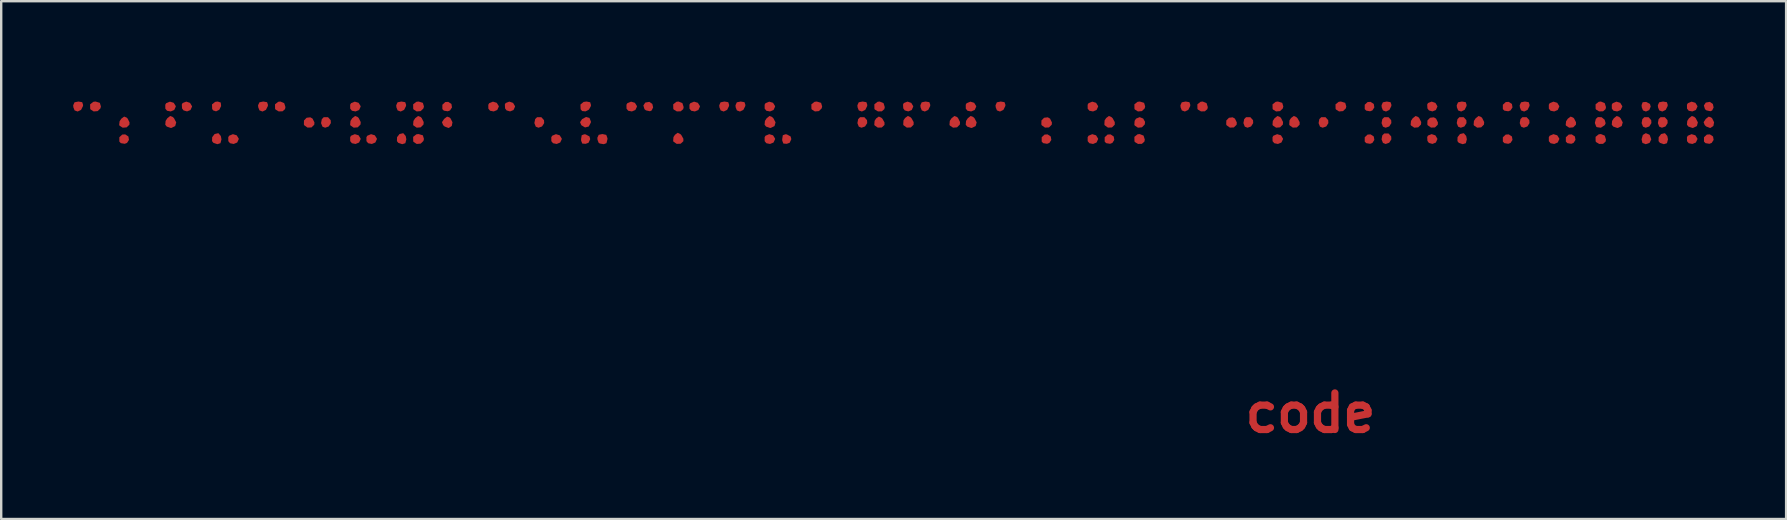
<source format=kicad_pcb>
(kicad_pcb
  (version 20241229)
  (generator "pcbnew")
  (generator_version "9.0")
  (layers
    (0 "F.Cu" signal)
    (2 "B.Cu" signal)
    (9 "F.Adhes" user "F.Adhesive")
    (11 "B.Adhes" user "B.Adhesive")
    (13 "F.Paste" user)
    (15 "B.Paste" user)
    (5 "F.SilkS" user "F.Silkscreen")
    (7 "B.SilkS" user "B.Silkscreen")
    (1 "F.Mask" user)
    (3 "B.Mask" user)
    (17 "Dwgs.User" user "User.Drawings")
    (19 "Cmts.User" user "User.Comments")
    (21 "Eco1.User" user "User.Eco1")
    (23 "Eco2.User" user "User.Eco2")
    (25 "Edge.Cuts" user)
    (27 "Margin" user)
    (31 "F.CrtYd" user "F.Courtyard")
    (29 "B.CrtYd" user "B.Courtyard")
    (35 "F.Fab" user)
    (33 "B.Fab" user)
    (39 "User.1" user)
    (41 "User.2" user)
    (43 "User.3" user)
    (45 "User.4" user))
  (footprint "code"
    (layer "F.Cu")
    (at 41.825 0.25)
    (property "Reference" "code" (at 9.74 13.91 180) (layer "F.Cu") (effects (font (size 1.524 1.524) (thickness 0.3))))
    (attr board_only exclude_from_pos_files exclude_from_bom)
    (fp_poly (pts (xy -39.524 2.388) (xy -39.5 2.53) (xy -39.581 2.656) (xy -39.677 2.693) (xy -39.839 2.666) (xy -39.902 2.6) (xy -39.902 2.42) (xy -39.781 2.308) (xy -39.656 2.3)) (stroke (width 0) (type solid)) (fill yes) (layer "F.Cu"))
    (fp_poly (pts (xy -35.675 0.974) (xy -35.66 1.121) (xy -35.737 1.275) (xy -35.87 1.341) (xy -35.996 1.299) (xy -36.033 1.238) (xy -36.04 1.051) (xy -35.907 0.945) (xy -35.803 0.931)) (stroke (width 0) (type solid)) (fill yes) (layer "F.Cu"))
    (fp_poly (pts (xy -31.204 1.585) (xy -31.094 1.707) (xy -31.086 1.83) (xy -31.176 1.97) (xy -31.325 2.023) (xy -31.437 1.978) (xy -31.495 1.83) (xy -31.463 1.664) (xy -31.382 1.583)) (stroke (width 0) (type solid)) (fill yes) (layer "F.Cu"))
    (fp_poly (pts (xy -26.062 1.033) (xy -26.038 1.175) (xy -26.119 1.301) (xy -26.215 1.338) (xy -26.377 1.311) (xy -26.44 1.246) (xy -26.44 1.065) (xy -26.319 0.953) (xy -26.194 0.945)) (stroke (width 0) (type solid)) (fill yes) (layer "F.Cu"))
    (fp_poly (pts (xy -22.314 1.585) (xy -22.204 1.707) (xy -22.196 1.83) (xy -22.286 1.97) (xy -22.435 2.023) (xy -22.547 1.978) (xy -22.605 1.83) (xy -22.573 1.664) (xy -22.492 1.583)) (stroke (width 0) (type solid)) (fill yes) (layer "F.Cu"))
    (fp_poly (pts (xy -20.309 1.615) (xy -20.249 1.764) (xy -20.252 1.809) (xy -20.339 1.972) (xy -20.494 2.012) (xy -20.648 1.918) (xy -20.701 1.792) (xy -20.617 1.664) (xy -20.45 1.575)) (stroke (width 0) (type solid)) (fill yes) (layer "F.Cu"))
    (fp_poly (pts (xy -8.852 1.585) (xy -8.742 1.707) (xy -8.734 1.83) (xy -8.824 1.97) (xy -8.973 2.023) (xy -9.085 1.978) (xy -9.143 1.83) (xy -9.111 1.664) (xy -9.03 1.583)) (stroke (width 0) (type solid)) (fill yes) (layer "F.Cu"))
    (fp_poly (pts (xy -1.085 2.388) (xy -1.061 2.53) (xy -1.142 2.656) (xy -1.238 2.693) (xy -1.4 2.666) (xy -1.463 2.6) (xy -1.463 2.42) (xy -1.343 2.308) (xy -1.218 2.3)) (stroke (width 0) (type solid)) (fill yes) (layer "F.Cu"))
    (fp_poly (pts (xy 1.539 2.388) (xy 1.563 2.53) (xy 1.483 2.656) (xy 1.387 2.693) (xy 1.224 2.666) (xy 1.162 2.6) (xy 1.162 2.42) (xy 1.282 2.308) (xy 1.407 2.3)) (stroke (width 0) (type solid)) (fill yes) (layer "F.Cu"))
    (fp_poly (pts (xy 7.234 1.585) (xy 7.345 1.707) (xy 7.352 1.83) (xy 7.263 1.97) (xy 7.114 2.023) (xy 7.002 1.978) (xy 6.944 1.83) (xy 6.976 1.664) (xy 7.056 1.583)) (stroke (width 0) (type solid)) (fill yes) (layer "F.Cu"))
    (fp_poly (pts (xy 10.367 1.585) (xy 10.477 1.707) (xy 10.485 1.83) (xy 10.396 1.97) (xy 10.247 2.023) (xy 10.135 1.978) (xy 10.077 1.83) (xy 10.108 1.664) (xy 10.189 1.583)) (stroke (width 0) (type solid)) (fill yes) (layer "F.Cu"))
    (fp_poly (pts (xy 12.377 1.033) (xy 12.401 1.175) (xy 12.32 1.301) (xy 12.224 1.338) (xy 12.062 1.311) (xy 11.999 1.246) (xy 11.999 1.065) (xy 12.119 0.953) (xy 12.244 0.945)) (stroke (width 0) (type solid)) (fill yes) (layer "F.Cu"))
    (fp_poly (pts (xy 12.377 2.388) (xy 12.401 2.53) (xy 12.32 2.656) (xy 12.224 2.693) (xy 12.062 2.666) (xy 11.999 2.6) (xy 11.999 2.42) (xy 12.119 2.308) (xy 12.244 2.3)) (stroke (width 0) (type solid)) (fill yes) (layer "F.Cu"))
    (fp_poly (pts (xy 12.992 1.585) (xy 13.102 1.707) (xy 13.11 1.83) (xy 13.02 1.97) (xy 12.871 2.023) (xy 12.759 1.978) (xy 12.701 1.83) (xy 12.733 1.664) (xy 12.814 1.583)) (stroke (width 0) (type solid)) (fill yes) (layer "F.Cu"))
    (fp_poly (pts (xy 12.992 2.263) (xy 13.102 2.385) (xy 13.11 2.507) (xy 13.02 2.648) (xy 12.871 2.701) (xy 12.759 2.656) (xy 12.701 2.507) (xy 12.733 2.341) (xy 12.814 2.261)) (stroke (width 0) (type solid)) (fill yes) (layer "F.Cu"))
    (fp_poly (pts (xy 16.124 1.585) (xy 16.235 1.707) (xy 16.242 1.83) (xy 16.153 1.97) (xy 16.004 2.023) (xy 15.892 1.978) (xy 15.834 1.83) (xy 15.866 1.664) (xy 15.946 1.583)) (stroke (width 0) (type solid)) (fill yes) (layer "F.Cu"))
    (fp_poly (pts (xy 18.134 1.033) (xy 18.158 1.175) (xy 18.077 1.301) (xy 17.981 1.338) (xy 17.819 1.311) (xy 17.756 1.246) (xy 17.756 1.065) (xy 17.877 0.953) (xy 18.002 0.945)) (stroke (width 0) (type solid)) (fill yes) (layer "F.Cu"))
    (fp_poly (pts (xy 18.134 2.388) (xy 18.158 2.53) (xy 18.077 2.656) (xy 17.981 2.693) (xy 17.819 2.666) (xy 17.756 2.6) (xy 17.756 2.42) (xy 17.877 2.308) (xy 18.002 2.3)) (stroke (width 0) (type solid)) (fill yes) (layer "F.Cu"))
    (fp_poly (pts (xy 18.749 1.585) (xy 18.859 1.707) (xy 18.867 1.83) (xy 18.778 1.97) (xy 18.629 2.023) (xy 18.517 1.978) (xy 18.459 1.83) (xy 18.49 1.664) (xy 18.571 1.583)) (stroke (width 0) (type solid)) (fill yes) (layer "F.Cu"))
    (fp_poly (pts (xy 20.759 2.388) (xy 20.783 2.53) (xy 20.702 2.656) (xy 20.606 2.693) (xy 20.444 2.666) (xy 20.381 2.6) (xy 20.381 2.42) (xy 20.501 2.308) (xy 20.626 2.3)) (stroke (width 0) (type solid)) (fill yes) (layer "F.Cu"))
    (fp_poly (pts (xy 23.829 1.585) (xy 23.939 1.707) (xy 23.947 1.83) (xy 23.858 1.97) (xy 23.709 2.023) (xy 23.597 1.978) (xy 23.539 1.83) (xy 23.57 1.664) (xy 23.651 1.583)) (stroke (width 0) (type solid)) (fill yes) (layer "F.Cu"))
    (fp_poly (pts (xy 23.86 2.311) (xy 23.879 2.332) (xy 23.942 2.507) (xy 23.871 2.654) (xy 23.709 2.709) (xy 23.573 2.659) (xy 23.537 2.507) (xy 23.59 2.323) (xy 23.714 2.249)) (stroke (width 0) (type solid)) (fill yes) (layer "F.Cu"))
    (fp_poly (pts (xy 23.887 1.031) (xy 23.918 1.142) (xy 23.856 1.287) (xy 23.72 1.348) (xy 23.597 1.301) (xy 23.546 1.174) (xy 23.537 1.081) (xy 23.583 0.96) (xy 23.728 0.947)) (stroke (width 0) (type solid)) (fill yes) (layer "F.Cu"))
    (fp_poly (pts (xy 24.506 1.585) (xy 24.617 1.707) (xy 24.624 1.83) (xy 24.535 1.97) (xy 24.386 2.023) (xy 24.274 1.978) (xy 24.216 1.83) (xy 24.248 1.664) (xy 24.328 1.583)) (stroke (width 0) (type solid)) (fill yes) (layer "F.Cu"))
    (fp_poly (pts (xy 26.516 2.388) (xy 26.54 2.53) (xy 26.459 2.656) (xy 26.363 2.693) (xy 26.201 2.666) (xy 26.138 2.6) (xy 26.138 2.42) (xy 26.259 2.308) (xy 26.384 2.3)) (stroke (width 0) (type solid)) (fill yes) (layer "F.Cu"))
    (fp_poly (pts (xy -41.449 0.959) (xy -41.412 1.071) (xy -41.417 1.121) (xy -41.497 1.28) (xy -41.639 1.348) (xy -41.766 1.301) (xy -41.817 1.174) (xy -41.825 1.087) (xy -41.769 0.964) (xy -41.608 0.931)) (stroke (width 0) (type solid)) (fill yes) (layer "F.Cu"))
    (fp_poly (pts (xy -40.714 0.986) (xy -40.669 1.138) (xy -40.691 1.22) (xy -40.805 1.33) (xy -40.97 1.345) (xy -41.101 1.262) (xy -41.116 1.232) (xy -41.119 1.048) (xy -40.985 0.943) (xy -40.894 0.931)) (stroke (width 0) (type solid)) (fill yes) (layer "F.Cu"))
    (fp_poly (pts (xy -37.636 0.984) (xy -37.551 1.119) (xy -37.55 1.144) (xy -37.615 1.284) (xy -37.761 1.345) (xy -37.914 1.315) (xy -37.985 1.228) (xy -37.987 1.064) (xy -37.951 1.002) (xy -37.794 0.936)) (stroke (width 0) (type solid)) (fill yes) (layer "F.Cu"))
    (fp_poly (pts (xy -36.955 0.988) (xy -36.873 1.124) (xy -36.872 1.144) (xy -36.937 1.286) (xy -37.079 1.343) (xy -37.226 1.301) (xy -37.288 1.218) (xy -37.298 1.057) (xy -37.265 0.994) (xy -37.112 0.934)) (stroke (width 0) (type solid)) (fill yes) (layer "F.Cu"))
    (fp_poly (pts (xy -35.765 2.258) (xy -35.672 2.369) (xy -35.645 2.507) (xy -35.688 2.668) (xy -35.817 2.709) (xy -35.98 2.654) (xy -36.038 2.581) (xy -36.033 2.417) (xy -35.931 2.286) (xy -35.785 2.252)) (stroke (width 0) (type solid)) (fill yes) (layer "F.Cu"))
    (fp_poly (pts (xy -35.011 2.339) (xy -34.927 2.473) (xy -34.925 2.499) (xy -34.99 2.639) (xy -35.137 2.7) (xy -35.289 2.669) (xy -35.36 2.583) (xy -35.362 2.419) (xy -35.326 2.357) (xy -35.169 2.291)) (stroke (width 0) (type solid)) (fill yes) (layer "F.Cu"))
    (fp_poly (pts (xy -33.745 0.959) (xy -33.707 1.071) (xy -33.713 1.121) (xy -33.793 1.28) (xy -33.934 1.348) (xy -34.061 1.301) (xy -34.112 1.174) (xy -34.121 1.087) (xy -34.064 0.964) (xy -33.903 0.931)) (stroke (width 0) (type solid)) (fill yes) (layer "F.Cu"))
    (fp_poly (pts (xy -33.031 0.998) (xy -32.979 1.163) (xy -32.997 1.249) (xy -33.101 1.339) (xy -33.262 1.343) (xy -33.393 1.265) (xy -33.411 1.232) (xy -33.414 1.048) (xy -33.281 0.942) (xy -33.193 0.931)) (stroke (width 0) (type solid)) (fill yes) (layer "F.Cu"))
    (fp_poly (pts (xy -31.848 1.644) (xy -31.77 1.803) (xy -31.778 1.898) (xy -31.894 2.011) (xy -32.059 2.018) (xy -32.194 1.922) (xy -32.211 1.886) (xy -32.207 1.72) (xy -32.097 1.607) (xy -31.942 1.589)) (stroke (width 0) (type solid)) (fill yes) (layer "F.Cu"))
    (fp_poly (pts (xy -29.931 0.984) (xy -29.847 1.119) (xy -29.845 1.144) (xy -29.91 1.284) (xy -30.057 1.345) (xy -30.209 1.315) (xy -30.28 1.228) (xy -30.282 1.064) (xy -30.246 1.002) (xy -30.089 0.936)) (stroke (width 0) (type solid)) (fill yes) (layer "F.Cu"))
    (fp_poly (pts (xy -29.931 2.339) (xy -29.847 2.473) (xy -29.845 2.499) (xy -29.91 2.639) (xy -30.057 2.7) (xy -30.209 2.669) (xy -30.28 2.583) (xy -30.282 2.419) (xy -30.246 2.357) (xy -30.089 2.291)) (stroke (width 0) (type solid)) (fill yes) (layer "F.Cu"))
    (fp_poly (pts (xy -29.254 2.339) (xy -29.169 2.473) (xy -29.168 2.499) (xy -29.233 2.639) (xy -29.379 2.7) (xy -29.532 2.669) (xy -29.603 2.583) (xy -29.605 2.419) (xy -29.569 2.357) (xy -29.412 2.291)) (stroke (width 0) (type solid)) (fill yes) (layer "F.Cu"))
    (fp_poly (pts (xy -28.061 2.258) (xy -27.967 2.369) (xy -27.94 2.507) (xy -27.983 2.668) (xy -28.112 2.709) (xy -28.275 2.654) (xy -28.333 2.581) (xy -28.328 2.417) (xy -28.226 2.286) (xy -28.08 2.252)) (stroke (width 0) (type solid)) (fill yes) (layer "F.Cu"))
    (fp_poly (pts (xy -27.987 0.959) (xy -27.95 1.071) (xy -27.955 1.121) (xy -28.035 1.28) (xy -28.177 1.348) (xy -28.304 1.301) (xy -28.355 1.174) (xy -28.363 1.087) (xy -28.307 0.964) (xy -28.146 0.931)) (stroke (width 0) (type solid)) (fill yes) (layer "F.Cu"))
    (fp_poly (pts (xy -27.252 0.986) (xy -27.207 1.138) (xy -27.229 1.22) (xy -27.343 1.33) (xy -27.508 1.345) (xy -27.639 1.262) (xy -27.654 1.232) (xy -27.657 1.048) (xy -27.523 0.943) (xy -27.432 0.931)) (stroke (width 0) (type solid)) (fill yes) (layer "F.Cu"))
    (fp_poly (pts (xy -27.252 2.34) (xy -27.207 2.492) (xy -27.229 2.575) (xy -27.343 2.685) (xy -27.508 2.7) (xy -27.639 2.616) (xy -27.654 2.586) (xy -27.657 2.403) (xy -27.523 2.298) (xy -27.432 2.286)) (stroke (width 0) (type solid)) (fill yes) (layer "F.Cu"))
    (fp_poly (pts (xy -24.174 0.984) (xy -24.089 1.119) (xy -24.088 1.144) (xy -24.153 1.284) (xy -24.299 1.345) (xy -24.452 1.315) (xy -24.523 1.228) (xy -24.525 1.064) (xy -24.489 1.002) (xy -24.332 0.936)) (stroke (width 0) (type solid)) (fill yes) (layer "F.Cu"))
    (fp_poly (pts (xy -23.493 0.988) (xy -23.411 1.124) (xy -23.41 1.144) (xy -23.475 1.286) (xy -23.617 1.343) (xy -23.764 1.301) (xy -23.826 1.218) (xy -23.836 1.057) (xy -23.803 0.994) (xy -23.65 0.934)) (stroke (width 0) (type solid)) (fill yes) (layer "F.Cu"))
    (fp_poly (pts (xy -21.549 2.339) (xy -21.465 2.473) (xy -21.463 2.499) (xy -21.528 2.639) (xy -21.675 2.7) (xy -21.827 2.669) (xy -21.898 2.583) (xy -21.9 2.419) (xy -21.864 2.357) (xy -21.707 2.291)) (stroke (width 0) (type solid)) (fill yes) (layer "F.Cu"))
    (fp_poly (pts (xy -20.468 2.301) (xy -20.309 2.385) (xy -20.278 2.498) (xy -20.347 2.649) (xy -20.468 2.694) (xy -20.609 2.683) (xy -20.656 2.565) (xy -20.659 2.498) (xy -20.633 2.336) (xy -20.526 2.296)) (stroke (width 0) (type solid)) (fill yes) (layer "F.Cu"))
    (fp_poly (pts (xy -20.279 0.961) (xy -20.246 1.079) (xy -20.251 1.122) (xy -20.33 1.266) (xy -20.473 1.342) (xy -20.615 1.328) (xy -20.678 1.253) (xy -20.686 1.058) (xy -20.554 0.948) (xy -20.434 0.931)) (stroke (width 0) (type solid)) (fill yes) (layer "F.Cu"))
    (fp_poly (pts (xy -18.416 0.984) (xy -18.332 1.119) (xy -18.33 1.144) (xy -18.396 1.284) (xy -18.542 1.345) (xy -18.694 1.315) (xy -18.765 1.228) (xy -18.768 1.064) (xy -18.732 1.002) (xy -18.575 0.936)) (stroke (width 0) (type solid)) (fill yes) (layer "F.Cu"))
    (fp_poly (pts (xy -17.812 0.945) (xy -17.689 1.032) (xy -17.656 1.177) (xy -17.717 1.303) (xy -17.788 1.336) (xy -17.954 1.3) (xy -18.016 1.25) (xy -18.063 1.096) (xy -17.983 0.975) (xy -17.816 0.945)) (stroke (width 0) (type solid)) (fill yes) (layer "F.Cu"))
    (fp_poly (pts (xy -16.436 0.998) (xy -16.384 1.163) (xy -16.403 1.249) (xy -16.507 1.339) (xy -16.668 1.343) (xy -16.798 1.265) (xy -16.816 1.232) (xy -16.819 1.048) (xy -16.686 0.942) (xy -16.599 0.931)) (stroke (width 0) (type solid)) (fill yes) (layer "F.Cu"))
    (fp_poly (pts (xy -15.792 0.984) (xy -15.707 1.119) (xy -15.706 1.144) (xy -15.771 1.284) (xy -15.917 1.345) (xy -16.07 1.315) (xy -16.141 1.228) (xy -16.143 1.064) (xy -16.107 1.002) (xy -15.95 0.936)) (stroke (width 0) (type solid)) (fill yes) (layer "F.Cu"))
    (fp_poly (pts (xy -14.525 0.959) (xy -14.488 1.071) (xy -14.493 1.121) (xy -14.573 1.28) (xy -14.715 1.348) (xy -14.842 1.301) (xy -14.893 1.174) (xy -14.901 1.087) (xy -14.845 0.964) (xy -14.684 0.931)) (stroke (width 0) (type solid)) (fill yes) (layer "F.Cu"))
    (fp_poly (pts (xy -13.848 0.959) (xy -13.811 1.071) (xy -13.816 1.121) (xy -13.896 1.28) (xy -14.037 1.348) (xy -14.165 1.301) (xy -14.216 1.174) (xy -14.224 1.087) (xy -14.168 0.964) (xy -14.006 0.931)) (stroke (width 0) (type solid)) (fill yes) (layer "F.Cu"))
    (fp_poly (pts (xy -12.659 0.984) (xy -12.575 1.119) (xy -12.573 1.144) (xy -12.638 1.284) (xy -12.785 1.345) (xy -12.937 1.315) (xy -13.008 1.228) (xy -13.01 1.064) (xy -12.974 1.002) (xy -12.817 0.936)) (stroke (width 0) (type solid)) (fill yes) (layer "F.Cu"))
    (fp_poly (pts (xy -12.659 2.339) (xy -12.575 2.473) (xy -12.573 2.499) (xy -12.638 2.639) (xy -12.785 2.7) (xy -12.937 2.669) (xy -13.008 2.583) (xy -13.01 2.419) (xy -12.974 2.357) (xy -12.817 2.291)) (stroke (width 0) (type solid)) (fill yes) (layer "F.Cu"))
    (fp_poly (pts (xy -12.086 2.301) (xy -11.927 2.385) (xy -11.896 2.498) (xy -11.965 2.649) (xy -12.086 2.694) (xy -12.227 2.683) (xy -12.274 2.565) (xy -12.277 2.498) (xy -12.251 2.336) (xy -12.144 2.296)) (stroke (width 0) (type solid)) (fill yes) (layer "F.Cu"))
    (fp_poly (pts (xy -10.657 0.986) (xy -10.612 1.138) (xy -10.634 1.22) (xy -10.748 1.33) (xy -10.913 1.345) (xy -11.044 1.262) (xy -11.059 1.232) (xy -11.062 1.048) (xy -10.929 0.943) (xy -10.837 0.931)) (stroke (width 0) (type solid)) (fill yes) (layer "F.Cu"))
    (fp_poly (pts (xy -8.768 0.959) (xy -8.731 1.071) (xy -8.736 1.121) (xy -8.816 1.28) (xy -8.957 1.348) (xy -9.085 1.301) (xy -9.136 1.174) (xy -9.144 1.087) (xy -9.088 0.964) (xy -8.926 0.931)) (stroke (width 0) (type solid)) (fill yes) (layer "F.Cu"))
    (fp_poly (pts (xy -8.054 0.998) (xy -8.002 1.163) (xy -8.021 1.249) (xy -8.125 1.339) (xy -8.286 1.343) (xy -8.416 1.265) (xy -8.434 1.232) (xy -8.437 1.048) (xy -8.304 0.942) (xy -8.217 0.931)) (stroke (width 0) (type solid)) (fill yes) (layer "F.Cu"))
    (fp_poly (pts (xy -6.898 0.988) (xy -6.817 1.124) (xy -6.816 1.144) (xy -6.88 1.286) (xy -7.023 1.343) (xy -7.17 1.301) (xy -7.231 1.218) (xy -7.241 1.057) (xy -7.208 0.994) (xy -7.055 0.934)) (stroke (width 0) (type solid)) (fill yes) (layer "F.Cu"))
    (fp_poly (pts (xy -6.143 0.959) (xy -6.106 1.071) (xy -6.111 1.121) (xy -6.191 1.28) (xy -6.333 1.348) (xy -6.46 1.301) (xy -6.511 1.174) (xy -6.519 1.087) (xy -6.463 0.964) (xy -6.302 0.931)) (stroke (width 0) (type solid)) (fill yes) (layer "F.Cu"))
    (fp_poly (pts (xy -4.277 0.984) (xy -4.193 1.119) (xy -4.191 1.144) (xy -4.256 1.284) (xy -4.403 1.345) (xy -4.555 1.315) (xy -4.626 1.228) (xy -4.628 1.064) (xy -4.592 1.002) (xy -4.435 0.936)) (stroke (width 0) (type solid)) (fill yes) (layer "F.Cu"))
    (fp_poly (pts (xy -3.011 0.959) (xy -2.973 1.071) (xy -2.979 1.121) (xy -3.059 1.28) (xy -3.2 1.348) (xy -3.327 1.301) (xy -3.378 1.174) (xy -3.387 1.087) (xy -3.33 0.964) (xy -3.169 0.931)) (stroke (width 0) (type solid)) (fill yes) (layer "F.Cu"))
    (fp_poly (pts (xy -1.114 1.644) (xy -1.036 1.803) (xy -1.044 1.898) (xy -1.16 2.011) (xy -1.325 2.018) (xy -1.46 1.922) (xy -1.477 1.886) (xy -1.473 1.72) (xy -1.363 1.607) (xy -1.208 1.589)) (stroke (width 0) (type solid)) (fill yes) (layer "F.Cu"))
    (fp_poly (pts (xy 0.803 0.984) (xy 0.887 1.119) (xy 0.889 1.144) (xy 0.824 1.284) (xy 0.677 1.345) (xy 0.525 1.315) (xy 0.454 1.228) (xy 0.452 1.064) (xy 0.488 1.002) (xy 0.645 0.936)) (stroke (width 0) (type solid)) (fill yes) (layer "F.Cu"))
    (fp_poly (pts (xy 0.803 2.339) (xy 0.887 2.473) (xy 0.889 2.499) (xy 0.824 2.639) (xy 0.677 2.7) (xy 0.525 2.669) (xy 0.454 2.583) (xy 0.452 2.419) (xy 0.488 2.357) (xy 0.645 2.291)) (stroke (width 0) (type solid)) (fill yes) (layer "F.Cu"))
    (fp_poly (pts (xy 2.766 1.64) (xy 2.845 1.777) (xy 2.832 1.886) (xy 2.715 2.005) (xy 2.55 2.022) (xy 2.416 1.933) (xy 2.399 1.898) (xy 2.41 1.735) (xy 2.469 1.644) (xy 2.621 1.582)) (stroke (width 0) (type solid)) (fill yes) (layer "F.Cu"))
    (fp_poly (pts (xy 2.783 2.352) (xy 2.835 2.518) (xy 2.817 2.603) (xy 2.713 2.694) (xy 2.552 2.698) (xy 2.421 2.62) (xy 2.403 2.586) (xy 2.4 2.403) (xy 2.533 2.297) (xy 2.621 2.286)) (stroke (width 0) (type solid)) (fill yes) (layer "F.Cu"))
    (fp_poly (pts (xy 2.805 0.986) (xy 2.85 1.138) (xy 2.828 1.22) (xy 2.714 1.33) (xy 2.549 1.345) (xy 2.418 1.262) (xy 2.403 1.232) (xy 2.4 1.048) (xy 2.533 0.943) (xy 2.625 0.931)) (stroke (width 0) (type solid)) (fill yes) (layer "F.Cu"))
    (fp_poly (pts (xy 4.694 0.959) (xy 4.731 1.071) (xy 4.726 1.121) (xy 4.646 1.28) (xy 4.505 1.348) (xy 4.377 1.301) (xy 4.326 1.174) (xy 4.318 1.087) (xy 4.374 0.964) (xy 4.536 0.931)) (stroke (width 0) (type solid)) (fill yes) (layer "F.Cu"))
    (fp_poly (pts (xy 5.408 0.998) (xy 5.46 1.163) (xy 5.441 1.249) (xy 5.337 1.339) (xy 5.176 1.343) (xy 5.046 1.265) (xy 5.028 1.232) (xy 5.025 1.048) (xy 5.158 0.942) (xy 5.245 0.931)) (stroke (width 0) (type solid)) (fill yes) (layer "F.Cu"))
    (fp_poly (pts (xy 6.591 1.644) (xy 6.668 1.803) (xy 6.661 1.898) (xy 6.545 2.011) (xy 6.38 2.018) (xy 6.245 1.922) (xy 6.227 1.886) (xy 6.232 1.72) (xy 6.342 1.607) (xy 6.497 1.589)) (stroke (width 0) (type solid)) (fill yes) (layer "F.Cu"))
    (fp_poly (pts (xy 8.508 2.339) (xy 8.592 2.473) (xy 8.594 2.499) (xy 8.528 2.639) (xy 8.382 2.7) (xy 8.23 2.669) (xy 8.159 2.583) (xy 8.156 2.419) (xy 8.192 2.357) (xy 8.349 2.291)) (stroke (width 0) (type solid)) (fill yes) (layer "F.Cu"))
    (fp_poly (pts (xy 8.562 0.986) (xy 8.607 1.138) (xy 8.585 1.22) (xy 8.471 1.33) (xy 8.306 1.345) (xy 8.175 1.262) (xy 8.16 1.232) (xy 8.157 1.048) (xy 8.291 0.943) (xy 8.382 0.931)) (stroke (width 0) (type solid)) (fill yes) (layer "F.Cu"))
    (fp_poly (pts (xy 11.187 0.986) (xy 11.232 1.138) (xy 11.21 1.22) (xy 11.096 1.33) (xy 10.931 1.345) (xy 10.8 1.262) (xy 10.785 1.232) (xy 10.782 1.048) (xy 10.915 0.943) (xy 11.007 0.931)) (stroke (width 0) (type solid)) (fill yes) (layer "F.Cu"))
    (fp_poly (pts (xy 13.076 0.959) (xy 13.113 1.071) (xy 13.108 1.121) (xy 13.028 1.28) (xy 12.887 1.348) (xy 12.759 1.301) (xy 12.708 1.174) (xy 12.7 1.087) (xy 12.756 0.964) (xy 12.918 0.931)) (stroke (width 0) (type solid)) (fill yes) (layer "F.Cu"))
    (fp_poly (pts (xy 14.946 0.988) (xy 15.027 1.124) (xy 15.028 1.144) (xy 14.964 1.286) (xy 14.821 1.343) (xy 14.674 1.301) (xy 14.613 1.218) (xy 14.603 1.057) (xy 14.636 0.994) (xy 14.789 0.934)) (stroke (width 0) (type solid)) (fill yes) (layer "F.Cu"))
    (fp_poly (pts (xy 14.946 2.342) (xy 15.027 2.479) (xy 15.028 2.499) (xy 14.964 2.641) (xy 14.821 2.698) (xy 14.674 2.656) (xy 14.613 2.573) (xy 14.603 2.411) (xy 14.636 2.349) (xy 14.789 2.289)) (stroke (width 0) (type solid)) (fill yes) (layer "F.Cu"))
    (fp_poly (pts (xy 14.973 1.644) (xy 15.05 1.803) (xy 15.043 1.898) (xy 14.927 2.011) (xy 14.762 2.018) (xy 14.627 1.922) (xy 14.609 1.886) (xy 14.614 1.72) (xy 14.724 1.607) (xy 14.879 1.589)) (stroke (width 0) (type solid)) (fill yes) (layer "F.Cu"))
    (fp_poly (pts (xy 16.135 2.258) (xy 16.229 2.369) (xy 16.256 2.507) (xy 16.213 2.668) (xy 16.084 2.709) (xy 15.921 2.654) (xy 15.863 2.581) (xy 15.868 2.417) (xy 15.97 2.286) (xy 16.116 2.252)) (stroke (width 0) (type solid)) (fill yes) (layer "F.Cu"))
    (fp_poly (pts (xy 16.209 0.959) (xy 16.246 1.071) (xy 16.241 1.121) (xy 16.161 1.28) (xy 16.019 1.348) (xy 15.892 1.301) (xy 15.841 1.174) (xy 15.833 1.087) (xy 15.889 0.964) (xy 16.05 0.931)) (stroke (width 0) (type solid)) (fill yes) (layer "F.Cu"))
    (fp_poly (pts (xy 18.833 0.959) (xy 18.871 1.071) (xy 18.865 1.121) (xy 18.785 1.28) (xy 18.644 1.348) (xy 18.517 1.301) (xy 18.466 1.174) (xy 18.457 1.087) (xy 18.514 0.964) (xy 18.675 0.931)) (stroke (width 0) (type solid)) (fill yes) (layer "F.Cu"))
    (fp_poly (pts (xy 20.022 0.984) (xy 20.107 1.119) (xy 20.108 1.144) (xy 20.043 1.284) (xy 19.897 1.345) (xy 19.744 1.315) (xy 19.673 1.228) (xy 19.671 1.064) (xy 19.707 1.002) (xy 19.864 0.936)) (stroke (width 0) (type solid)) (fill yes) (layer "F.Cu"))
    (fp_poly (pts (xy 20.022 2.339) (xy 20.107 2.473) (xy 20.108 2.499) (xy 20.043 2.639) (xy 19.897 2.7) (xy 19.744 2.669) (xy 19.673 2.583) (xy 19.671 2.419) (xy 19.707 2.357) (xy 19.864 2.291)) (stroke (width 0) (type solid)) (fill yes) (layer "F.Cu"))
    (fp_poly (pts (xy 21.872 1.586) (xy 21.997 1.689) (xy 22.04 1.833) (xy 22.006 1.914) (xy 21.841 2.023) (xy 21.676 2) (xy 21.646 1.976) (xy 21.59 1.824) (xy 21.63 1.657) (xy 21.715 1.579)) (stroke (width 0) (type solid)) (fill yes) (layer "F.Cu"))
    (fp_poly (pts (xy 22.002 0.998) (xy 22.054 1.163) (xy 22.036 1.249) (xy 21.932 1.339) (xy 21.771 1.343) (xy 21.64 1.265) (xy 21.622 1.232) (xy 21.62 1.048) (xy 21.752 0.942) (xy 21.84 0.931)) (stroke (width 0) (type solid)) (fill yes) (layer "F.Cu"))
    (fp_poly (pts (xy 22.002 2.352) (xy 22.054 2.518) (xy 22.036 2.603) (xy 21.932 2.694) (xy 21.771 2.698) (xy 21.64 2.62) (xy 21.622 2.586) (xy 21.62 2.403) (xy 21.752 2.297) (xy 21.84 2.286)) (stroke (width 0) (type solid)) (fill yes) (layer "F.Cu"))
    (fp_poly (pts (xy 22.647 0.984) (xy 22.731 1.119) (xy 22.733 1.144) (xy 22.668 1.284) (xy 22.521 1.345) (xy 22.369 1.315) (xy 22.298 1.228) (xy 22.296 1.064) (xy 22.332 1.002) (xy 22.489 0.936)) (stroke (width 0) (type solid)) (fill yes) (layer "F.Cu"))
    (fp_poly (pts (xy 24.517 2.258) (xy 24.611 2.369) (xy 24.638 2.507) (xy 24.595 2.668) (xy 24.466 2.709) (xy 24.303 2.654) (xy 24.245 2.581) (xy 24.25 2.417) (xy 24.352 2.286) (xy 24.498 2.252)) (stroke (width 0) (type solid)) (fill yes) (layer "F.Cu"))
    (fp_poly (pts (xy 24.591 0.959) (xy 24.628 1.071) (xy 24.623 1.121) (xy 24.543 1.28) (xy 24.401 1.348) (xy 24.274 1.301) (xy 24.223 1.174) (xy 24.215 1.087) (xy 24.271 0.964) (xy 24.432 0.931)) (stroke (width 0) (type solid)) (fill yes) (layer "F.Cu"))
    (fp_poly (pts (xy 25.78 0.984) (xy 25.864 1.119) (xy 25.866 1.144) (xy 25.8 1.284) (xy 25.654 1.345) (xy 25.502 1.315) (xy 25.431 1.228) (xy 25.428 1.064) (xy 25.464 1.002) (xy 25.621 0.936)) (stroke (width 0) (type solid)) (fill yes) (layer "F.Cu"))
    (fp_poly (pts (xy 25.78 2.339) (xy 25.864 2.473) (xy 25.866 2.499) (xy 25.8 2.639) (xy 25.654 2.7) (xy 25.502 2.669) (xy 25.431 2.583) (xy 25.428 2.419) (xy 25.464 2.357) (xy 25.621 2.291)) (stroke (width 0) (type solid)) (fill yes) (layer "F.Cu"))
    (fp_poly (pts (xy 26.384 0.945) (xy 26.507 1.032) (xy 26.54 1.177) (xy 26.479 1.303) (xy 26.408 1.336) (xy 26.242 1.3) (xy 26.18 1.25) (xy 26.133 1.096) (xy 26.213 0.975) (xy 26.38 0.945)) (stroke (width 0) (type solid)) (fill yes) (layer "F.Cu"))
    (fp_poly (pts (xy -39.598 1.6) (xy -39.558 1.638) (xy -39.477 1.798) (xy -39.483 1.898) (xy -39.597 2.008) (xy -39.762 2.022) (xy -39.893 1.937) (xy -39.908 1.907) (xy -39.892 1.755) (xy -39.82 1.647) (xy -39.7 1.558)) (stroke (width 0) (type solid)) (fill yes) (layer "F.Cu"))
    (fp_poly (pts (xy -37.683 1.57) (xy -37.623 1.626) (xy -37.531 1.8) (xy -37.574 1.954) (xy -37.731 2.031) (xy -37.761 2.032) (xy -37.926 1.975) (xy -37.987 1.898) (xy -37.974 1.739) (xy -37.9 1.626) (xy -37.782 1.533)) (stroke (width 0) (type solid)) (fill yes) (layer "F.Cu"))
    (fp_poly (pts (xy -29.975 1.572) (xy -29.927 1.618) (xy -29.842 1.786) (xy -29.851 1.89) (xy -29.967 2.007) (xy -30.133 2.021) (xy -30.266 1.931) (xy -30.283 1.898) (xy -30.269 1.739) (xy -30.195 1.626) (xy -30.075 1.534)) (stroke (width 0) (type solid)) (fill yes) (layer "F.Cu"))
    (fp_poly (pts (xy -27.35 1.572) (xy -27.302 1.618) (xy -27.218 1.786) (xy -27.226 1.89) (xy -27.343 2.007) (xy -27.508 2.021) (xy -27.642 1.931) (xy -27.658 1.898) (xy -27.645 1.739) (xy -27.571 1.626) (xy -27.451 1.534)) (stroke (width 0) (type solid)) (fill yes) (layer "F.Cu"))
    (fp_poly (pts (xy -26.142 1.595) (xy -26.096 1.638) (xy -26.018 1.797) (xy -26.048 1.951) (xy -26.17 2.031) (xy -26.191 2.032) (xy -26.345 1.972) (xy -26.409 1.914) (xy -26.456 1.791) (xy -26.364 1.654) (xy -26.242 1.56)) (stroke (width 0) (type solid)) (fill yes) (layer "F.Cu"))
    (fp_poly (pts (xy -19.609 2.321) (xy -19.559 2.459) (xy -19.558 2.498) (xy -19.601 2.667) (xy -19.713 2.709) (xy -19.874 2.682) (xy -19.925 2.653) (xy -19.973 2.528) (xy -19.981 2.441) (xy -19.923 2.317) (xy -19.77 2.286)) (stroke (width 0) (type solid)) (fill yes) (layer "F.Cu"))
    (fp_poly (pts (xy -16.527 2.283) (xy -16.483 2.325) (xy -16.395 2.482) (xy -16.396 2.585) (xy -16.509 2.69) (xy -16.674 2.696) (xy -16.806 2.606) (xy -16.821 2.576) (xy -16.809 2.413) (xy -16.745 2.316) (xy -16.632 2.234)) (stroke (width 0) (type solid)) (fill yes) (layer "F.Cu"))
    (fp_poly (pts (xy -12.706 1.57) (xy -12.646 1.626) (xy -12.554 1.8) (xy -12.597 1.954) (xy -12.754 2.031) (xy -12.785 2.032) (xy -12.95 1.975) (xy -13.011 1.898) (xy -12.997 1.739) (xy -12.923 1.626) (xy -12.805 1.533)) (stroke (width 0) (type solid)) (fill yes) (layer "F.Cu"))
    (fp_poly (pts (xy -8.145 1.606) (xy -8.101 1.647) (xy -8.013 1.804) (xy -8.014 1.907) (xy -8.127 2.013) (xy -8.292 2.019) (xy -8.424 1.929) (xy -8.439 1.898) (xy -8.427 1.736) (xy -8.363 1.638) (xy -8.25 1.557)) (stroke (width 0) (type solid)) (fill yes) (layer "F.Cu"))
    (fp_poly (pts (xy -6.94 1.578) (xy -6.889 1.626) (xy -6.799 1.788) (xy -6.801 1.898) (xy -6.917 2.011) (xy -7.083 2.019) (xy -7.217 1.923) (xy -7.233 1.89) (xy -7.223 1.717) (xy -7.157 1.618) (xy -7.043 1.533)) (stroke (width 0) (type solid)) (fill yes) (layer "F.Cu"))
    (fp_poly (pts (xy -4.998 1.572) (xy -4.95 1.618) (xy -4.866 1.786) (xy -4.874 1.89) (xy -4.991 2.007) (xy -5.156 2.021) (xy -5.29 1.931) (xy -5.306 1.898) (xy -5.293 1.739) (xy -5.219 1.626) (xy -5.099 1.534)) (stroke (width 0) (type solid)) (fill yes) (layer "F.Cu"))
    (fp_poly (pts (xy -4.324 1.57) (xy -4.264 1.626) (xy -4.172 1.8) (xy -4.215 1.954) (xy -4.372 2.031) (xy -4.403 2.032) (xy -4.568 1.975) (xy -4.629 1.898) (xy -4.615 1.739) (xy -4.541 1.626) (xy -4.423 1.533)) (stroke (width 0) (type solid)) (fill yes) (layer "F.Cu"))
    (fp_poly (pts (xy 1.442 1.578) (xy 1.493 1.626) (xy 1.583 1.788) (xy 1.581 1.898) (xy 1.465 2.011) (xy 1.299 2.019) (xy 1.165 1.923) (xy 1.149 1.89) (xy 1.159 1.717) (xy 1.225 1.618) (xy 1.339 1.533)) (stroke (width 0) (type solid)) (fill yes) (layer "F.Cu"))
    (fp_poly (pts (xy 8.464 1.572) (xy 8.512 1.618) (xy 8.596 1.786) (xy 8.588 1.89) (xy 8.471 2.007) (xy 8.306 2.021) (xy 8.172 1.931) (xy 8.156 1.898) (xy 8.169 1.739) (xy 8.243 1.626) (xy 8.363 1.534)) (stroke (width 0) (type solid)) (fill yes) (layer "F.Cu"))
    (fp_poly (pts (xy 9.147 1.578) (xy 9.198 1.626) (xy 9.287 1.788) (xy 9.285 1.898) (xy 9.17 2.011) (xy 9.004 2.019) (xy 8.87 1.923) (xy 8.854 1.89) (xy 8.864 1.717) (xy 8.929 1.618) (xy 9.044 1.533)) (stroke (width 0) (type solid)) (fill yes) (layer "F.Cu"))
    (fp_poly (pts (xy 14.221 1.572) (xy 14.269 1.618) (xy 14.354 1.786) (xy 14.345 1.89) (xy 14.229 2.007) (xy 14.063 2.021) (xy 13.93 1.931) (xy 13.913 1.898) (xy 13.927 1.739) (xy 14.001 1.626) (xy 14.121 1.534)) (stroke (width 0) (type solid)) (fill yes) (layer "F.Cu"))
    (fp_poly (pts (xy 16.846 1.572) (xy 16.894 1.618) (xy 16.978 1.786) (xy 16.97 1.89) (xy 16.853 2.007) (xy 16.688 2.021) (xy 16.554 1.931) (xy 16.538 1.898) (xy 16.551 1.739) (xy 16.625 1.626) (xy 16.745 1.534)) (stroke (width 0) (type solid)) (fill yes) (layer "F.Cu"))
    (fp_poly (pts (xy 20.684 1.6) (xy 20.725 1.638) (xy 20.806 1.798) (xy 20.8 1.898) (xy 20.686 2.008) (xy 20.521 2.022) (xy 20.39 1.937) (xy 20.375 1.907) (xy 20.391 1.755) (xy 20.463 1.647) (xy 20.582 1.558)) (stroke (width 0) (type solid)) (fill yes) (layer "F.Cu"))
    (fp_poly (pts (xy 22.6 1.57) (xy 22.66 1.626) (xy 22.752 1.8) (xy 22.709 1.954) (xy 22.552 2.031) (xy 22.521 2.032) (xy 22.356 1.975) (xy 22.295 1.898) (xy 22.309 1.739) (xy 22.383 1.626) (xy 22.501 1.533)) (stroke (width 0) (type solid)) (fill yes) (layer "F.Cu"))
    (fp_poly (pts (xy 25.733 1.57) (xy 25.793 1.626) (xy 25.884 1.8) (xy 25.842 1.954) (xy 25.684 2.031) (xy 25.654 2.032) (xy 25.489 1.975) (xy 25.428 1.898) (xy 25.441 1.739) (xy 25.515 1.626) (xy 25.634 1.533)) (stroke (width 0) (type solid)) (fill yes) (layer "F.Cu"))
    (fp_poly (pts (xy 26.436 1.595) (xy 26.482 1.638) (xy 26.56 1.797) (xy 26.53 1.951) (xy 26.408 2.031) (xy 26.387 2.032) (xy 26.233 1.972) (xy 26.169 1.914) (xy 26.122 1.791) (xy 26.214 1.654) (xy 26.336 1.56)) (stroke (width 0) (type solid)) (fill yes) (layer "F.Cu")))
  (gr_rect
    (start -3 -3)
    (end 71.386 18.578)
    (stroke (width 0.1) (type default))
    (fill no)
    (layer "Edge.Cuts")))
</source>
